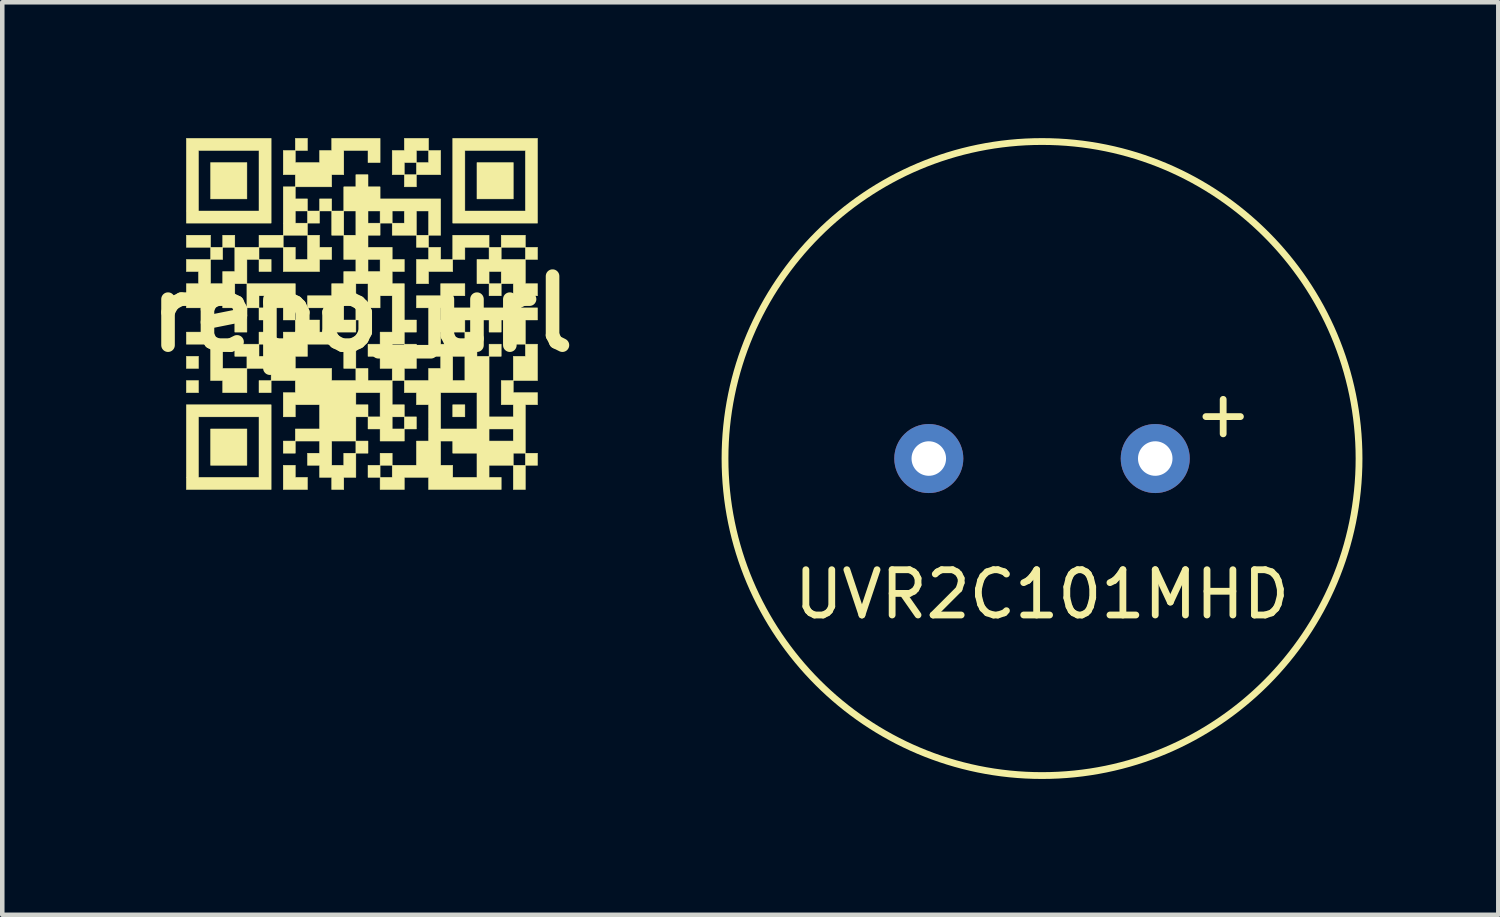
<source format=kicad_pcb>
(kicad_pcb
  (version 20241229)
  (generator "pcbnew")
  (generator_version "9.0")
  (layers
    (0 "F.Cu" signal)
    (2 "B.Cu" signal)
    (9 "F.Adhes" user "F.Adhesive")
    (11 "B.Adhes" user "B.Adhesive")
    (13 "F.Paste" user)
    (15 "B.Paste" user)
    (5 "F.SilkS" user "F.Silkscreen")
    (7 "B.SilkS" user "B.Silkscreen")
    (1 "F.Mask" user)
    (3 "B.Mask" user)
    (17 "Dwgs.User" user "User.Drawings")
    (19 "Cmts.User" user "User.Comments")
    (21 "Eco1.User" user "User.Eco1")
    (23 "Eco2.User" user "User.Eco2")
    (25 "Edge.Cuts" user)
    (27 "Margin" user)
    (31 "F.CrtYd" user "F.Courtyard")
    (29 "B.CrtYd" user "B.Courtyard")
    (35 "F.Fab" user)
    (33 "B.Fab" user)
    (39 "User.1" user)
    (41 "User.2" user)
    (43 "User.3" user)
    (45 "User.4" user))
  (footprint "repo_url"
    (layer "F.Cu")
    (at 4.942 3.882)
    (property "Reference" "repo_url" (at 0 0 0) (layer "F.SilkS") (effects (font (size 1.524 1.524) (thickness 0.3))))
    (attr through_hole)
    (fp_poly (pts (xy -3.877 -1.471) (xy -3.877 -1.738) (xy -3.342 -1.738) (xy -3.342 -1.471) (xy -3.877 -1.471)) (stroke (width 0.01) (type solid)) (fill yes) (layer "F.SilkS"))
    (fp_poly (pts (xy -3.877 0.668) (xy -3.877 0.401) (xy -3.342 0.401) (xy -3.342 0.668) (xy -3.877 0.668)) (stroke (width 0.01) (type solid)) (fill yes) (layer "F.SilkS"))
    (fp_poly (pts (xy -3.609 1.203) (xy -3.877 1.203) (xy -3.877 0.936) (xy -3.609 0.936) (xy -3.609 1.203)) (stroke (width 0.01) (type solid)) (fill yes) (layer "F.SilkS"))
    (fp_poly (pts (xy -3.609 1.738) (xy -3.877 1.738) (xy -3.877 1.471) (xy -3.609 1.471) (xy -3.609 1.738)) (stroke (width 0.01) (type solid)) (fill yes) (layer "F.SilkS"))
    (fp_poly (pts (xy -2.54 -2.54) (xy -3.342 -2.54) (xy -3.342 -3.342) (xy -2.54 -3.342) (xy -2.54 -2.54)) (stroke (width 0.01) (type solid)) (fill yes) (layer "F.SilkS"))
    (fp_poly (pts (xy -2.54 3.342) (xy -3.342 3.342) (xy -3.342 2.54) (xy -2.54 2.54) (xy -2.54 3.342)) (stroke (width 0.01) (type solid)) (fill yes) (layer "F.SilkS"))
    (fp_poly (pts (xy -2.005 -0.936) (xy -2.273 -0.936) (xy -2.273 -1.203) (xy -2.005 -1.203) (xy -2.005 -0.936)) (stroke (width 0.01) (type solid)) (fill yes) (layer "F.SilkS"))
    (fp_poly (pts (xy -2.005 1.738) (xy -2.273 1.738) (xy -2.273 1.471) (xy -2.005 1.471) (xy -2.005 1.738)) (stroke (width 0.01) (type solid)) (fill yes) (layer "F.SilkS"))
    (fp_poly (pts (xy -1.471 -3.877) (xy -1.203 -3.877) (xy -1.203 -3.609) (xy -1.471 -3.609) (xy -1.471 -3.877)) (stroke (width 0.01) (type solid)) (fill yes) (layer "F.SilkS"))
    (fp_poly (pts (xy -1.471 3.075) (xy -1.738 3.075) (xy -1.738 2.807) (xy -1.471 2.807) (xy -1.471 3.075)) (stroke (width 0.01) (type solid)) (fill yes) (layer "F.SilkS"))
    (fp_poly (pts (xy -0.134 1.203) (xy -0.401 1.203) (xy -0.401 0.668) (xy -0.134 0.668) (xy -0.134 1.203)) (stroke (width 0.01) (type solid)) (fill yes) (layer "F.SilkS"))
    (fp_poly (pts (xy -0.134 2.807) (xy 0.134 2.807) (xy 0.134 3.075) (xy -0.134 3.075) (xy -0.134 2.807)) (stroke (width 0.01) (type solid)) (fill yes) (layer "F.SilkS"))
    (fp_poly (pts (xy 0.134 0.134) (xy -0.134 0.134) (xy -0.134 -0.134) (xy 0.134 -0.134) (xy 0.134 0.134)) (stroke (width 0.01) (type solid)) (fill yes) (layer "F.SilkS"))
    (fp_poly (pts (xy 0.936 2.273) (xy 1.203 2.273) (xy 1.203 2.54) (xy 0.936 2.54) (xy 0.936 2.273)) (stroke (width 0.01) (type solid)) (fill yes) (layer "F.SilkS"))
    (fp_poly (pts (xy 1.203 -2.807) (xy 0.936 -2.807) (xy 0.936 -3.075) (xy 1.203 -3.075) (xy 1.203 -2.807)) (stroke (width 0.01) (type solid)) (fill yes) (layer "F.SilkS"))
    (fp_poly (pts (xy 2.273 2.273) (xy 2.005 2.273) (xy 2.005 2.005) (xy 2.273 2.005) (xy 2.273 2.273)) (stroke (width 0.01) (type solid)) (fill yes) (layer "F.SilkS"))
    (fp_poly (pts (xy 3.075 -1.738) (xy 3.609 -1.738) (xy 3.609 -1.471) (xy 3.075 -1.471) (xy 3.075 -1.738)) (stroke (width 0.01) (type solid)) (fill yes) (layer "F.SilkS"))
    (fp_poly (pts (xy 3.075 0.936) (xy 2.807 0.936) (xy 2.807 0.668) (xy 3.075 0.668) (xy 3.075 0.936)) (stroke (width 0.01) (type solid)) (fill yes) (layer "F.SilkS"))
    (fp_poly (pts (xy 3.342 -2.54) (xy 2.54 -2.54) (xy 2.54 -3.342) (xy 3.342 -3.342) (xy 3.342 -2.54)) (stroke (width 0.01) (type solid)) (fill yes) (layer "F.SilkS"))
    (fp_poly (pts (xy 3.609 -1.471) (xy 3.877 -1.471) (xy 3.877 -1.203) (xy 3.609 -1.203) (xy 3.609 -1.471)) (stroke (width 0.01) (type solid)) (fill yes) (layer "F.SilkS"))
    (fp_poly (pts (xy 3.609 3.075) (xy 3.877 3.075) (xy 3.877 3.342) (xy 3.609 3.342) (xy 3.609 3.075)) (stroke (width 0.01) (type solid)) (fill yes) (layer "F.SilkS"))
    (fp_poly (pts (xy 3.609 3.877) (xy 3.342 3.877) (xy 3.342 3.342) (xy 3.609 3.342) (xy 3.609 3.877)) (stroke (width 0.01) (type solid)) (fill yes) (layer "F.SilkS"))
    (fp_poly (pts (xy -1.471 3.609) (xy -1.203 3.609) (xy -1.203 3.877) (xy -1.738 3.877) (xy -1.738 3.342) (xy -1.471 3.342) (xy -1.471 3.609)) (stroke (width 0.01) (type solid)) (fill yes) (layer "F.SilkS"))
    (fp_poly (pts (xy 1.203 -3.342) (xy 1.471 -3.342) (xy 1.471 -3.609) (xy 1.738 -3.609) (xy 1.738 -3.075) (xy 1.203 -3.075) (xy 1.203 -3.342)) (stroke (width 0.01) (type solid)) (fill yes) (layer "F.SilkS"))
    (fp_poly (pts (xy 2.273 -1.471) (xy 2.273 -1.203) (xy 2.005 -1.203) (xy 2.005 -1.738) (xy 2.807 -1.738) (xy 2.807 -1.471) (xy 2.273 -1.471)) (stroke (width 0.01) (type solid)) (fill yes) (layer "F.SilkS"))
    (fp_poly (pts (xy -3.075 0.668) (xy -3.075 1.203) (xy -2.54 1.203) (xy -2.54 1.738) (xy -3.075 1.738) (xy -3.075 1.471) (xy -3.342 1.471) (xy -3.342 0.668) (xy -3.075 0.668)) (stroke (width 0.01) (type solid)) (fill yes) (layer "F.SilkS"))
    (fp_poly (pts (xy 0.668 -3.075) (xy 0.668 -3.609) (xy 0.936 -3.609) (xy 0.936 -3.877) (xy 1.471 -3.877) (xy 1.471 -3.609) (xy 1.203 -3.609) (xy 1.203 -3.342) (xy 0.936 -3.342) (xy 0.936 -3.075) (xy 0.668 -3.075)) (stroke (width 0.01) (type solid)) (fill yes) (layer "F.SilkS"))
    (fp_poly (pts (xy 2.005 -0.936) (xy 1.471 -0.936) (xy 1.471 -0.668) (xy 1.203 -0.668) (xy 1.203 -1.203) (xy 1.471 -1.203) (xy 1.471 -1.471) (xy 1.738 -1.471) (xy 1.738 -1.203) (xy 2.005 -1.203) (xy 2.005 -0.936)) (stroke (width 0.01) (type solid)) (fill yes) (layer "F.SilkS"))
    (fp_poly (pts (xy -2.005 -2.005) (xy -3.877 -2.005) (xy -3.877 -3.609) (xy -3.609 -3.609) (xy -3.609 -2.273) (xy -2.273 -2.273) (xy -2.273 -3.609) (xy -3.609 -3.609) (xy -3.877 -3.609) (xy -3.877 -3.877) (xy -2.005 -3.877) (xy -2.005 -2.005)) (stroke (width 0.01) (type solid)) (fill yes) (layer "F.SilkS"))
    (fp_poly (pts (xy -2.005 3.877) (xy -3.877 3.877) (xy -3.877 2.273) (xy -3.609 2.273) (xy -3.609 3.609) (xy -2.273 3.609) (xy -2.273 2.273) (xy -3.609 2.273) (xy -3.877 2.273) (xy -3.877 2.005) (xy -2.005 2.005) (xy -2.005 3.877)) (stroke (width 0.01) (type solid)) (fill yes) (layer "F.SilkS"))
    (fp_poly (pts (xy 3.877 -2.005) (xy 2.005 -2.005) (xy 2.005 -3.609) (xy 2.273 -3.609) (xy 2.273 -2.273) (xy 3.609 -2.273) (xy 3.609 -3.609) (xy 2.273 -3.609) (xy 2.005 -3.609) (xy 2.005 -3.877) (xy 3.877 -3.877) (xy 3.877 -2.005)) (stroke (width 0.01) (type solid)) (fill yes) (layer "F.SilkS"))
    (fp_poly (pts (xy -0.936 -1.471) (xy -0.668 -1.471) (xy -0.668 -1.203) (xy -0.936 -1.203) (xy -0.936 -0.936) (xy -1.738 -0.936) (xy -1.738 -1.471) (xy -1.471 -1.471) (xy -1.471 -1.203) (xy -1.203 -1.203) (xy -1.203 -1.738) (xy -0.936 -1.738) (xy -0.936 -1.471)) (stroke (width 0.01) (type solid)) (fill yes) (layer "F.SilkS"))
    (fp_poly (pts (xy -1.471 -3.075) (xy -1.738 -3.075) (xy -1.738 -3.609) (xy -1.471 -3.609) (xy -1.471 -3.342) (xy -0.936 -3.342) (xy -0.936 -3.609) (xy -0.668 -3.609) (xy -0.668 -3.877) (xy 0.401 -3.877) (xy 0.401 -3.342) (xy 0.134 -3.342) (xy 0.134 -3.609) (xy -0.401 -3.609) (xy -0.401 -3.075) (xy -0.668 -3.075) (xy -0.668 -2.807) (xy -1.471 -2.807) (xy -1.471 -3.075)) (stroke (width 0.01) (type solid)) (fill yes) (layer "F.SilkS"))
    (fp_poly (pts (xy 3.075 -1.203) (xy 3.609 -1.203) (xy 3.609 -0.668) (xy 3.877 -0.668) (xy 3.877 -0.401) (xy 3.342 -0.401) (xy 3.342 -0.668) (xy 3.075 -0.668) (xy 3.075 -0.401) (xy 2.807 -0.401) (xy 2.807 -0.668) (xy 2.54 -0.668) (xy 2.54 -0.936) (xy 2.807 -0.936) (xy 2.807 -0.668) (xy 3.075 -0.668) (xy 3.075 -0.936) (xy 2.807 -0.936) (xy 2.54 -0.936) (xy 2.54 -1.203) (xy 2.807 -1.203) (xy 2.807 -1.471) (xy 3.075 -1.471) (xy 3.075 -1.203)) (stroke (width 0.01) (type solid)) (fill yes) (layer "F.SilkS"))
    (fp_poly (pts (xy 3.877 -0.134) (xy 3.877 0.134) (xy 3.609 0.134) (xy 3.609 0.668) (xy 3.877 0.668) (xy 3.877 1.471) (xy 3.342 1.471) (xy 3.342 1.738) (xy 3.877 1.738) (xy 3.877 2.005) (xy 3.609 2.005) (xy 3.609 3.075) (xy 3.342 3.075) (xy 3.342 3.342) (xy 2.807 3.342) (xy 2.807 3.609) (xy 3.075 3.609) (xy 3.075 3.877) (xy 1.471 3.877) (xy 1.471 3.609) (xy 0.936 3.609) (xy 0.936 3.877) (xy 0.401 3.877) (xy 0.401 3.609) (xy 0.134 3.609) (xy 0.134 3.342) (xy 0.401 3.342) (xy 0.401 3.609) (xy 0.668 3.609) (xy 0.668 3.342) (xy 0.401 3.342) (xy 0.401 3.075) (xy 0.668 3.075) (xy 0.668 3.342) (xy 1.203 3.342) (xy 1.203 2.807) (xy 1.471 2.807) (xy 1.738 2.807) (xy 1.738 3.342) (xy 2.005 3.342) (xy 2.005 3.609) (xy 2.54 3.609) (xy 2.54 3.075) (xy 2.005 3.075) (xy 2.005 2.807) (xy 1.738 2.807) (xy 1.471 2.807) (xy 1.471 2.005) (xy 1.203 2.005) (xy 1.203 1.738) (xy 1.738 1.738) (xy 1.738 2.54) (xy 2.54 2.54) (xy 2.807 2.54) (xy 2.807 2.807) (xy 3.342 2.807) (xy 3.342 2.54) (xy 2.807 2.54) (xy 2.54 2.54) (xy 2.54 1.738) (xy 1.738 1.738) (xy 1.203 1.738) (xy 0.936 1.738) (xy 0.936 1.471) (xy 1.471 1.471) (xy 1.471 1.203) (xy 1.738 1.203) (xy 1.738 0.936) (xy 2.005 0.936) (xy 2.005 1.471) (xy 2.273 1.471) (xy 2.273 0.936) (xy 2.005 0.936) (xy 1.738 0.936) (xy 1.471 0.936) (xy 1.471 0.401) (xy 1.738 0.401) (xy 1.738 0.668) (xy 2.273 0.668) (xy 2.273 0.401) (xy 1.738 0.401) (xy 1.471 0.401) (xy 1.471 -0.134) (xy 1.738 -0.134) (xy 1.738 0.134) (xy 2.005 0.134) (xy 2.273 0.134) (xy 2.273 0.401) (xy 2.54 0.401) (xy 2.54 0.936) (xy 2.807 0.936) (xy 2.807 2.273) (xy 3.342 2.273) (xy 3.342 2.005) (xy 3.075 2.005) (xy 3.075 1.471) (xy 3.342 1.471) (xy 3.342 0.936) (xy 3.609 0.936) (xy 3.609 0.668) (xy 3.342 0.668) (xy 3.342 0.134) (xy 3.075 0.134) (xy 3.075 0.401) (xy 2.807 0.401) (xy 2.807 0.134) (xy 2.273 0.134) (xy 2.005 0.134) (xy 2.005 -0.134) (xy 1.738 -0.134) (xy 1.471 -0.134) (xy 1.203 -0.134) (xy 1.203 -0.401) (xy 1.738 -0.401) (xy 1.738 -0.668) (xy 2.273 -0.668) (xy 2.273 -0.401) (xy 2.005 -0.401) (xy 2.005 -0.134) (xy 3.877 -0.134)) (stroke (width 0.01) (type solid)) (fill yes) (layer "F.SilkS"))
    (fp_poly (pts (xy 1.203 -1.471) (xy 1.203 -1.738) (xy 0.668 -1.738) (xy 0.668 -2.005) (xy 0.401 -2.005) (xy 0.401 -1.738) (xy 0.134 -1.738) (xy 0.134 -1.471) (xy 0.668 -1.471) (xy 0.668 -1.203) (xy 0.936 -1.203) (xy 0.936 -0.936) (xy 0.668 -0.936) (xy 0.668 -0.668) (xy 0.936 -0.668) (xy 0.936 0.134) (xy 1.203 0.134) (xy 1.203 0.401) (xy 0.936 0.401) (xy 0.936 0.668) (xy 1.203 0.668) (xy 1.203 1.203) (xy 0.936 1.203) (xy 0.936 1.471) (xy 0.668 1.471) (xy 0.668 2.005) (xy 0.936 2.005) (xy 0.936 2.273) (xy 0.668 2.273) (xy 0.668 2.54) (xy 0.936 2.54) (xy 0.936 2.807) (xy 0.401 2.807) (xy 0.401 2.54) (xy 0.134 2.54) (xy 0.134 2.273) (xy -0.134 2.273) (xy -0.134 2.807) (xy -0.668 2.807) (xy -0.668 3.342) (xy -0.401 3.342) (xy -0.401 3.075) (xy -0.134 3.075) (xy -0.134 3.609) (xy -0.401 3.609) (xy -0.401 3.877) (xy -0.668 3.877) (xy -0.668 3.609) (xy -0.936 3.609) (xy -0.936 3.342) (xy -1.203 3.342) (xy -1.203 3.075) (xy -0.936 3.075) (xy -0.936 2.807) (xy -1.471 2.807) (xy -1.471 2.54) (xy -0.936 2.54) (xy -0.936 2.005) (xy -1.471 2.005) (xy -1.471 2.273) (xy -1.738 2.273) (xy -1.738 1.738) (xy -1.471 1.738) (xy -0.134 1.738) (xy -0.134 2.005) (xy 0.134 2.005) (xy 0.134 2.273) (xy 0.401 2.273) (xy 0.401 1.738) (xy -0.134 1.738) (xy -1.471 1.738) (xy -1.471 1.471) (xy -2.005 1.471) (xy -2.005 1.203) (xy -2.54 1.203) (xy -2.54 0.936) (xy -2.807 0.936) (xy -2.807 0.668) (xy -2.273 0.668) (xy -2.273 0.936) (xy -2.005 0.936) (xy -1.471 0.936) (xy -1.471 1.203) (xy -0.668 1.203) (xy -0.668 1.471) (xy -0.134 1.471) (xy -0.134 1.203) (xy 0.134 1.203) (xy 0.134 1.471) (xy 0.668 1.471) (xy 0.668 1.203) (xy 0.401 1.203) (xy 0.401 0.936) (xy 0.134 0.936) (xy 0.134 0.668) (xy 0.401 0.668) (xy 0.668 0.668) (xy 0.668 0.936) (xy 0.936 0.936) (xy 0.936 0.668) (xy 0.668 0.668) (xy 0.401 0.668) (xy 0.401 0.401) (xy 0.668 0.401) (xy 0.668 -0.401) (xy 0.401 -0.401) (xy 0.401 -0.134) (xy 0.134 -0.134) (xy 0.134 -0.668) (xy -0.134 -0.668) (xy -0.134 -0.401) (xy -0.401 -0.401) (xy -0.401 0.134) (xy -0.134 0.134) (xy -0.134 0.401) (xy -0.668 0.401) (xy -0.668 0.668) (xy -1.203 0.668) (xy -1.203 0.936) (xy -1.471 0.936) (xy -2.005 0.936) (xy -2.005 0.668) (xy -2.273 0.668) (xy -2.273 0.401) (xy -2.005 0.401) (xy -2.005 0.668) (xy -1.738 0.668) (xy -1.738 0.401) (xy -1.471 0.401) (xy -1.471 0.134) (xy -1.738 0.134) (xy -1.738 -0.134) (xy -2.005 -0.134) (xy -2.005 0.134) (xy -2.273 0.134) (xy -2.273 -0.134) (xy -2.54 -0.134) (xy -2.54 0.401) (xy -2.807 0.401) (xy -2.807 -0.134) (xy -3.075 -0.134) (xy -3.075 -0.401) (xy -3.342 -0.401) (xy -3.342 -0.134) (xy -3.877 -0.134) (xy -3.877 -0.668) (xy -3.609 -0.668) (xy -3.609 -0.936) (xy -3.877 -0.936) (xy -3.877 -1.203) (xy -3.342 -1.203) (xy -3.342 -0.668) (xy -3.075 -0.668) (xy -2.807 -0.668) (xy -2.807 -0.134) (xy -2.54 -0.134) (xy -2.54 -0.401) (xy -2.273 -0.401) (xy -2.273 -0.134) (xy -2.005 -0.134) (xy -2.005 -0.401) (xy -2.273 -0.401) (xy -2.54 -0.401) (xy -2.54 -0.668) (xy -2.807 -0.668) (xy -3.075 -0.668) (xy -3.075 -0.936) (xy -2.807 -0.936) (xy -2.807 -1.203) (xy -2.54 -1.203) (xy -2.54 -0.668) (xy -1.471 -0.668) (xy -1.471 0.134) (xy -0.936 0.134) (xy -0.936 0.401) (xy -0.668 0.401) (xy -0.668 -0.134) (xy -1.203 -0.134) (xy -1.203 -0.401) (xy -0.668 -0.401) (xy -0.668 -0.668) (xy -0.401 -0.668) (xy -0.401 -0.936) (xy -0.134 -0.936) (xy -0.134 -1.203) (xy 0.134 -1.203) (xy 0.134 -0.936) (xy 0.401 -0.936) (xy 0.401 -1.203) (xy 0.134 -1.203) (xy -0.134 -1.203) (xy -0.401 -1.203) (xy -0.401 -1.738) (xy -0.668 -1.738) (xy -0.668 -2.273) (xy -0.936 -2.273) (xy -0.936 -2.005) (xy -1.203 -2.005) (xy -1.203 -1.738) (xy -1.738 -1.738) (xy -1.738 -1.471) (xy -2.273 -1.471) (xy -2.273 -1.203) (xy -2.54 -1.203) (xy -2.807 -1.203) (xy -2.807 -1.471) (xy -3.075 -1.471) (xy -3.075 -1.203) (xy -3.342 -1.203) (xy -3.342 -1.471) (xy -3.075 -1.471) (xy -3.075 -1.738) (xy -2.807 -1.738) (xy -2.807 -1.471) (xy -2.273 -1.471) (xy -2.273 -1.738) (xy -1.738 -1.738) (xy -1.738 -2.273) (xy -1.471 -2.273) (xy -1.471 -2.005) (xy -1.203 -2.005) (xy -1.203 -2.273) (xy -1.471 -2.273) (xy -1.738 -2.273) (xy -1.738 -2.807) (xy -1.471 -2.807) (xy -1.471 -2.54) (xy -1.203 -2.54) (xy -1.203 -2.273) (xy -0.936 -2.273) (xy -0.936 -2.54) (xy -0.668 -2.54) (xy -0.668 -2.273) (xy -0.401 -2.273) (xy -0.401 -1.738) (xy -0.134 -1.738) (xy -0.134 -2.273) (xy 0.134 -2.273) (xy 0.134 -2.005) (xy 0.401 -2.005) (xy 0.401 -2.273) (xy 0.668 -2.273) (xy 0.668 -2.005) (xy 0.936 -2.005) (xy 0.936 -2.273) (xy 1.203 -2.273) (xy 1.203 -1.738) (xy 1.471 -1.738) (xy 1.471 -2.273) (xy 1.203 -2.273) (xy 0.936 -2.273) (xy 0.668 -2.273) (xy 0.401 -2.273) (xy 0.134 -2.273) (xy -0.134 -2.273) (xy -0.401 -2.273) (xy -0.401 -2.807) (xy -0.134 -2.807) (xy -0.134 -3.075) (xy 0.134 -3.075) (xy 0.134 -2.807) (xy 0.401 -2.807) (xy 0.401 -2.54) (xy 1.738 -2.54) (xy 1.738 -1.738) (xy 1.471 -1.738) (xy 1.471 -1.471) (xy 1.203 -1.471)) (stroke (width 0.01) (type solid)) (fill yes) (layer "F.SilkS")))
  (footprint "UVR2C101MHD"
    (layer "F.Cu")
    (at 19.959 7.075)
    (property "Reference" "UVR2C101MHD" (at 0 3 0) (layer "F.SilkS") (effects (font (size 1 1) (thickness 0.15))))
    (attr through_hole)
    (fp_circle (center 0 0) (end 7 0) (stroke (width 0.15) (type solid)) (fill no) (layer "F.SilkS"))
    (fp_text user "+" (at 4 -1 0) (layer "F.SilkS") (effects (font (size 1 1) (thickness 0.15))))
    (pad "1" thru_hole circle (at 2.5 0) (size 1.524 1.524) (drill 0.762) (layers "*.Cu" "*.Mask"))
    (pad "2" thru_hole circle (at -2.5 0) (size 1.524 1.524) (drill 0.762) (layers "*.Cu" "*.Mask")))
  (gr_rect
    (start -3 -3)
    (end 30.034 17.15)
    (stroke (width 0.1) (type default))
    (fill no)
    (layer "Edge.Cuts")))
</source>
